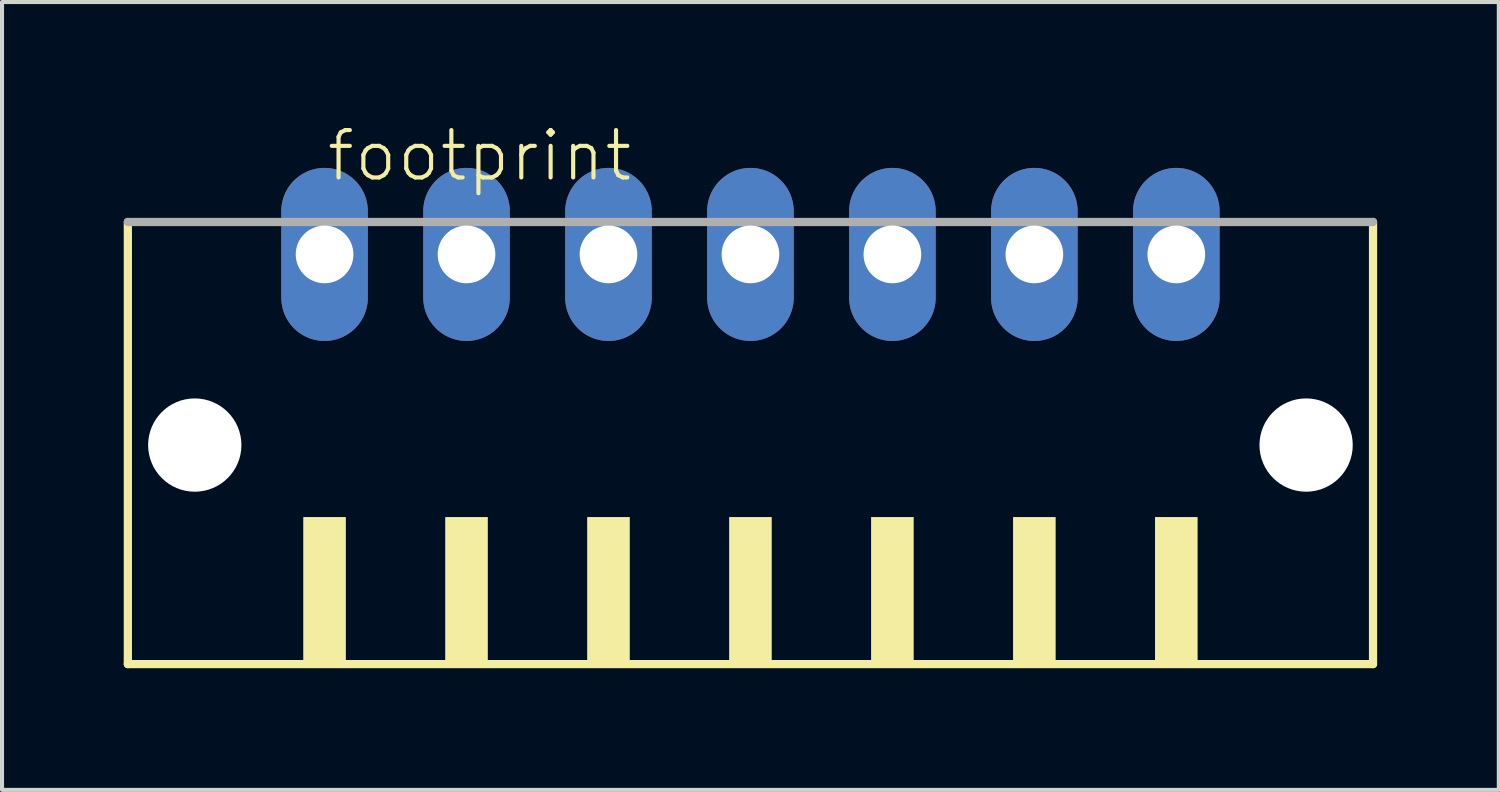
<source format=kicad_pcb>
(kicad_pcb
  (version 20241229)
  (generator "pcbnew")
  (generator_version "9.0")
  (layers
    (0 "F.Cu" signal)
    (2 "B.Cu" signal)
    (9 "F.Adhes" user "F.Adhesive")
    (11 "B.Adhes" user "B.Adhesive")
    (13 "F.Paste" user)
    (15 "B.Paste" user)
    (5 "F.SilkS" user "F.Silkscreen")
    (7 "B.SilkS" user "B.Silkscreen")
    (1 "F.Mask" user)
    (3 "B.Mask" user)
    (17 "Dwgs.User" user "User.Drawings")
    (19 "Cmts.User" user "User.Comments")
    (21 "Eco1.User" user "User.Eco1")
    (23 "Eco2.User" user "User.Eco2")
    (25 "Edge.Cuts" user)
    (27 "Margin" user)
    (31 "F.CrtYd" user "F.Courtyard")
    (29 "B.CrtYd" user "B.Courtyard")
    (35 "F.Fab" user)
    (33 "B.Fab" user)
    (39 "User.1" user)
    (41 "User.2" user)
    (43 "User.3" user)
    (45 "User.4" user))
  (footprint "footprint"
    (layer "F.Cu")
    (at 15.452 8.473)
    (property "Reference" "footprint" (at -10.5 -7 0) (layer "F.SilkS") (effects (font (size 1.168 1.168) (thickness 0.102)) (justify left bottom)))
    (fp_line (start -15.35 -6.05) (end -15.35 4.85) (stroke (width 0.203) (type solid)) (layer "F.SilkS"))
    (fp_line (start -15.35 4.85) (end 15.35 4.85) (stroke (width 0.203) (type solid)) (layer "F.SilkS"))
    (fp_line (start 15.35 4.85) (end 15.35 -6.05) (stroke (width 0.203) (type solid)) (layer "F.SilkS"))
    (fp_poly (pts (xy -11.025 4.9) (xy -9.975 4.9) (xy -9.975 1.225) (xy -11.025 1.225)) (stroke (width 0) (type solid)) (fill yes) (layer "F.SilkS"))
    (fp_poly (pts (xy -7.525 4.9) (xy -6.475 4.9) (xy -6.475 1.225) (xy -7.525 1.225)) (stroke (width 0) (type solid)) (fill yes) (layer "F.SilkS"))
    (fp_poly (pts (xy -4.025 4.9) (xy -2.975 4.9) (xy -2.975 1.225) (xy -4.025 1.225)) (stroke (width 0) (type solid)) (fill yes) (layer "F.SilkS"))
    (fp_poly (pts (xy -0.525 4.9) (xy 0.525 4.9) (xy 0.525 1.225) (xy -0.525 1.225)) (stroke (width 0) (type solid)) (fill yes) (layer "F.SilkS"))
    (fp_poly (pts (xy 2.975 4.9) (xy 4.025 4.9) (xy 4.025 1.225) (xy 2.975 1.225)) (stroke (width 0) (type solid)) (fill yes) (layer "F.SilkS"))
    (fp_poly (pts (xy 6.475 4.9) (xy 7.525 4.9) (xy 7.525 1.225) (xy 6.475 1.225)) (stroke (width 0) (type solid)) (fill yes) (layer "F.SilkS"))
    (fp_poly (pts (xy 9.975 4.9) (xy 11.025 4.9) (xy 11.025 1.225) (xy 9.975 1.225)) (stroke (width 0) (type solid)) (fill yes) (layer "F.SilkS"))
    (fp_line (start 15.35 -6.05) (end -15.35 -6.05) (stroke (width 0.203) (type solid)) (layer "F.Fab"))
    (pad "" np_thru_hole circle (at -13.7 -0.55) (size 2.3 2.3) (drill 2.3) (layers "*.Cu" "*.Mask"))
    (pad "" np_thru_hole circle (at 13.7 -0.55) (size 2.3 2.3) (drill 2.3) (layers "*.Cu" "*.Mask"))
    (pad "1" thru_hole oval (at -10.5 -5.25 90) (size 4.267 2.134) (drill 1.422) (layers "*.Cu" "*.Mask"))
    (pad "2" thru_hole oval (at -7 -5.25 90) (size 4.267 2.134) (drill 1.422) (layers "*.Cu" "*.Mask"))
    (pad "3" thru_hole oval (at -3.5 -5.25 90) (size 4.267 2.134) (drill 1.422) (layers "*.Cu" "*.Mask"))
    (pad "4" thru_hole oval (at 0 -5.25 90) (size 4.267 2.134) (drill 1.422) (layers "*.Cu" "*.Mask"))
    (pad "5" thru_hole oval (at 3.5 -5.25 90) (size 4.267 2.134) (drill 1.422) (layers "*.Cu" "*.Mask"))
    (pad "6" thru_hole oval (at 7 -5.25 90) (size 4.267 2.134) (drill 1.422) (layers "*.Cu" "*.Mask"))
    (pad "7" thru_hole oval (at 10.5 -5.25 90) (size 4.267 2.134) (drill 1.422) (layers "*.Cu" "*.Mask")))
  (gr_rect
    (start -3 -3)
    (end 33.903 16.425)
    (stroke (width 0.1) (type default))
    (fill no)
    (layer "Edge.Cuts")))
</source>
